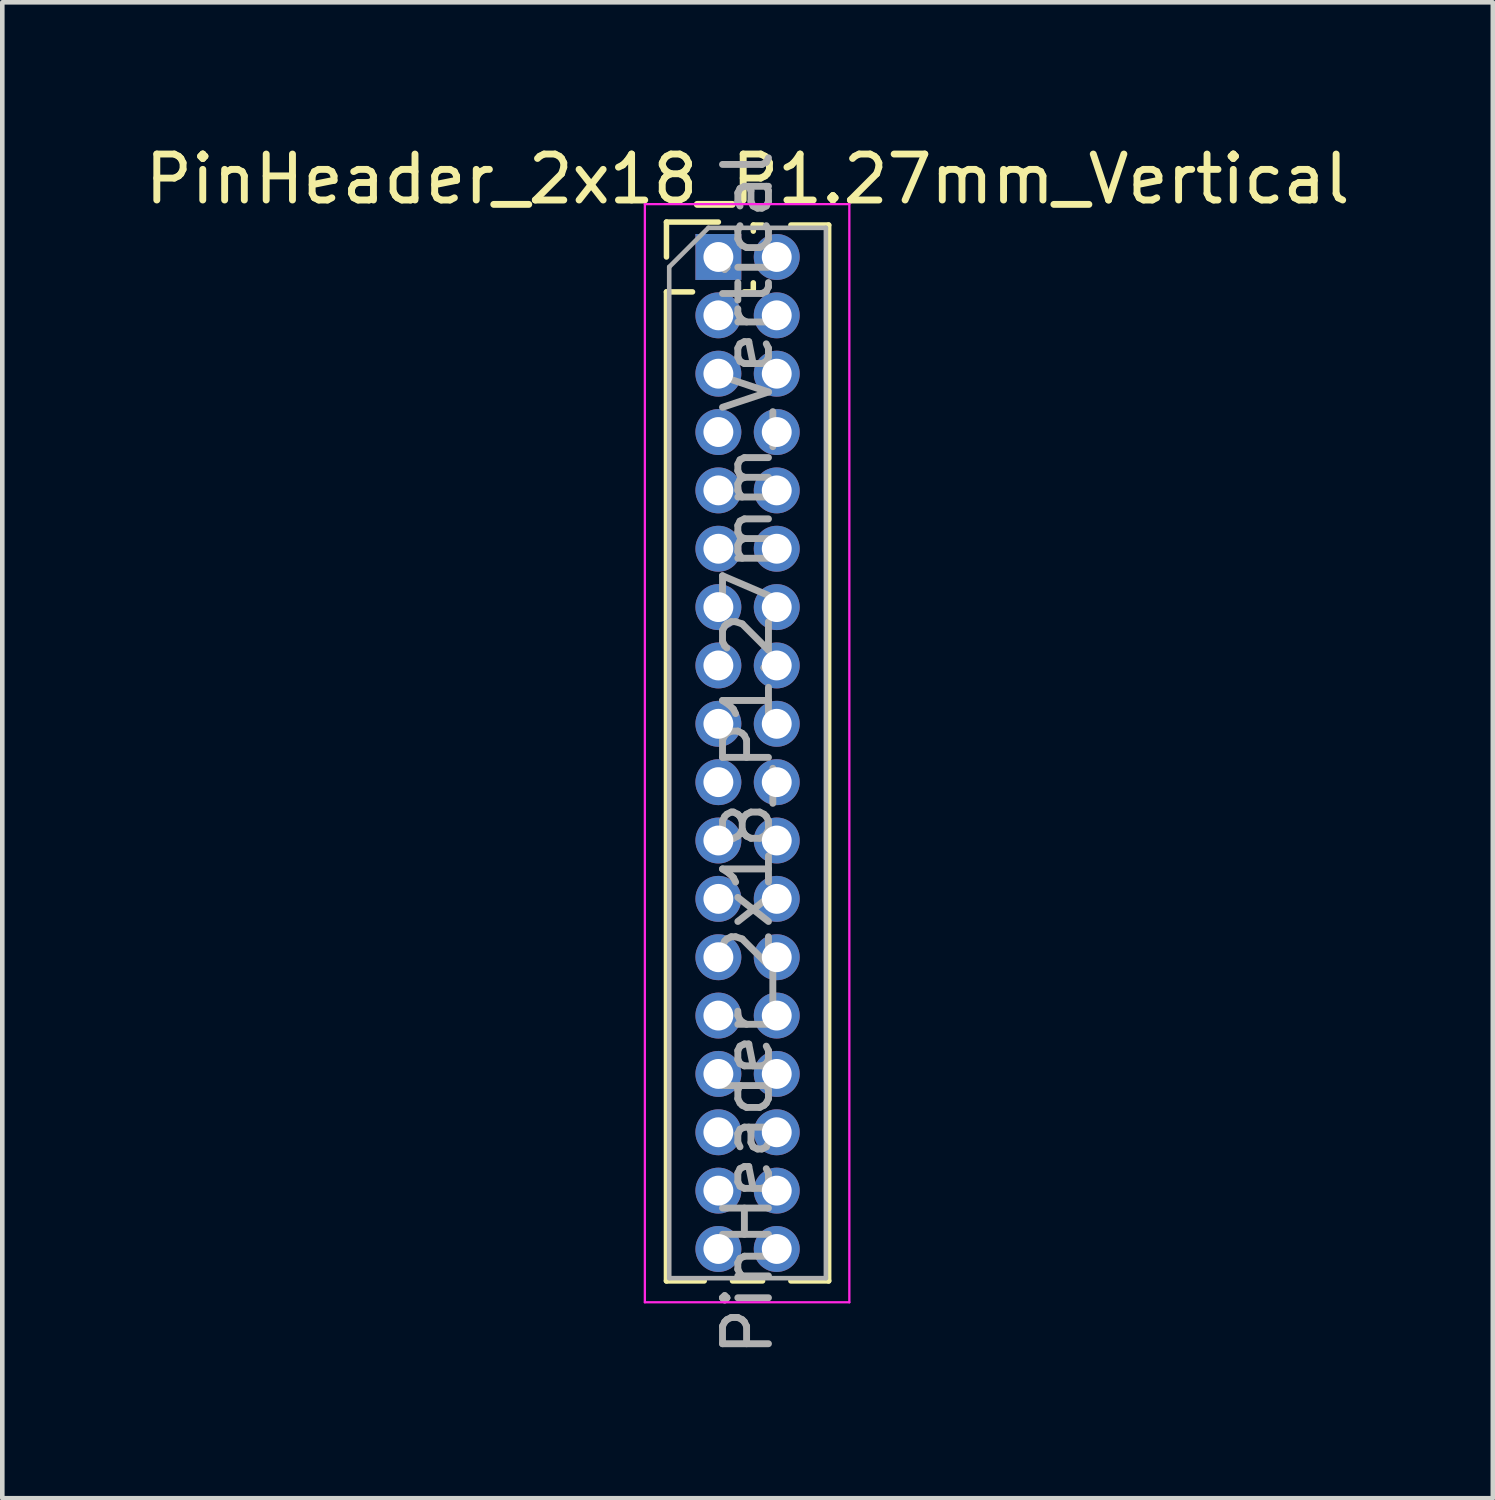
<source format=kicad_pcb>
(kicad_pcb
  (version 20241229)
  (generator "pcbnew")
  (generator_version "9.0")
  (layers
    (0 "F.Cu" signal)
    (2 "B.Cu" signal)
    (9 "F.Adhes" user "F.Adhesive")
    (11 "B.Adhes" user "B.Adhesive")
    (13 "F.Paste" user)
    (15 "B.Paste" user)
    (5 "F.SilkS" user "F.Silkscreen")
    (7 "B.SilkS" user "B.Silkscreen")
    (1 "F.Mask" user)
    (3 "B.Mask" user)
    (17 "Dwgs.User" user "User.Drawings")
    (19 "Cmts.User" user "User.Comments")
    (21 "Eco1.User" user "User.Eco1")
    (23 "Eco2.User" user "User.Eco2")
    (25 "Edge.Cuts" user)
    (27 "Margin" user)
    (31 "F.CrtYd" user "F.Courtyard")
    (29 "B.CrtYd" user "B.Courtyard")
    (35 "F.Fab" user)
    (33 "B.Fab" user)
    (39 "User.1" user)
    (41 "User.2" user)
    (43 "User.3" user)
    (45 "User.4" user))
  (footprint "PinHeader_2x18_P1.27mm_Vertical"
    (layer "F.Cu")
    (at 12.585 2.543)
    (property "Reference" "PinHeader_2x18_P1.27mm_Vertical" (at 0.635 -1.695 0) (layer "F.SilkS") (effects (font (size 1 1) (thickness 0.15))))
    (attr through_hole)
    (fp_line (start -1.13 -0.76) (end 0 -0.76) (stroke (width 0.12) (type solid)) (layer "F.SilkS"))
    (fp_line (start -1.13 0) (end -1.13 -0.76) (stroke (width 0.12) (type solid)) (layer "F.SilkS"))
    (fp_line (start -1.13 0.76) (end -1.13 22.285) (stroke (width 0.12) (type solid)) (layer "F.SilkS"))
    (fp_line (start -1.13 0.76) (end -0.563 0.76) (stroke (width 0.12) (type solid)) (layer "F.SilkS"))
    (fp_line (start -1.13 22.285) (end -0.308 22.285) (stroke (width 0.12) (type solid)) (layer "F.SilkS"))
    (fp_line (start 0.308 22.285) (end 0.962 22.285) (stroke (width 0.12) (type solid)) (layer "F.SilkS"))
    (fp_line (start 0.563 0.76) (end 0.707 0.76) (stroke (width 0.12) (type solid)) (layer "F.SilkS"))
    (fp_line (start 0.76 -0.695) (end 0.962 -0.695) (stroke (width 0.12) (type solid)) (layer "F.SilkS"))
    (fp_line (start 0.76 -0.563) (end 0.76 -0.695) (stroke (width 0.12) (type solid)) (layer "F.SilkS"))
    (fp_line (start 0.76 0.707) (end 0.76 0.563) (stroke (width 0.12) (type solid)) (layer "F.SilkS"))
    (fp_line (start 1.578 -0.695) (end 2.4 -0.695) (stroke (width 0.12) (type solid)) (layer "F.SilkS"))
    (fp_line (start 1.578 22.285) (end 2.4 22.285) (stroke (width 0.12) (type solid)) (layer "F.SilkS"))
    (fp_line (start 2.4 -0.695) (end 2.4 22.285) (stroke (width 0.12) (type solid)) (layer "F.SilkS"))
    (fp_line (start -1.6 -1.15) (end -1.6 22.75) (stroke (width 0.05) (type solid)) (layer "F.CrtYd"))
    (fp_line (start -1.6 22.75) (end 2.85 22.75) (stroke (width 0.05) (type solid)) (layer "F.CrtYd"))
    (fp_line (start 2.85 -1.15) (end -1.6 -1.15) (stroke (width 0.05) (type solid)) (layer "F.CrtYd"))
    (fp_line (start 2.85 22.75) (end 2.85 -1.15) (stroke (width 0.05) (type solid)) (layer "F.CrtYd"))
    (fp_line (start -1.07 0.217) (end -0.217 -0.635) (stroke (width 0.1) (type solid)) (layer "F.Fab"))
    (fp_line (start -1.07 22.225) (end -1.07 0.217) (stroke (width 0.1) (type solid)) (layer "F.Fab"))
    (fp_line (start -0.217 -0.635) (end 2.34 -0.635) (stroke (width 0.1) (type solid)) (layer "F.Fab"))
    (fp_line (start 2.34 -0.635) (end 2.34 22.225) (stroke (width 0.1) (type solid)) (layer "F.Fab"))
    (fp_line (start 2.34 22.225) (end -1.07 22.225) (stroke (width 0.1) (type solid)) (layer "F.Fab"))
    (fp_text user "${REFERENCE}" (at 0.635 10.795 90) (layer "F.Fab") (effects (font (size 1 1) (thickness 0.15))))
    (pad "1" thru_hole rect (at 0 0) (size 1 1) (drill 0.65) (layers "*.Cu" "*.Mask"))
    (pad "2" thru_hole oval (at 1.27 0) (size 1 1) (drill 0.65) (layers "*.Cu" "*.Mask"))
    (pad "3" thru_hole oval (at 0 1.27) (size 1 1) (drill 0.65) (layers "*.Cu" "*.Mask"))
    (pad "4" thru_hole oval (at 1.27 1.27) (size 1 1) (drill 0.65) (layers "*.Cu" "*.Mask"))
    (pad "5" thru_hole oval (at 0 2.54) (size 1 1) (drill 0.65) (layers "*.Cu" "*.Mask"))
    (pad "6" thru_hole oval (at 1.27 2.54) (size 1 1) (drill 0.65) (layers "*.Cu" "*.Mask"))
    (pad "7" thru_hole oval (at 0 3.81) (size 1 1) (drill 0.65) (layers "*.Cu" "*.Mask"))
    (pad "8" thru_hole oval (at 1.27 3.81) (size 1 1) (drill 0.65) (layers "*.Cu" "*.Mask"))
    (pad "9" thru_hole oval (at 0 5.08) (size 1 1) (drill 0.65) (layers "*.Cu" "*.Mask"))
    (pad "10" thru_hole oval (at 1.27 5.08) (size 1 1) (drill 0.65) (layers "*.Cu" "*.Mask"))
    (pad "11" thru_hole oval (at 0 6.35) (size 1 1) (drill 0.65) (layers "*.Cu" "*.Mask"))
    (pad "12" thru_hole oval (at 1.27 6.35) (size 1 1) (drill 0.65) (layers "*.Cu" "*.Mask"))
    (pad "13" thru_hole oval (at 0 7.62) (size 1 1) (drill 0.65) (layers "*.Cu" "*.Mask"))
    (pad "14" thru_hole oval (at 1.27 7.62) (size 1 1) (drill 0.65) (layers "*.Cu" "*.Mask"))
    (pad "15" thru_hole oval (at 0 8.89) (size 1 1) (drill 0.65) (layers "*.Cu" "*.Mask"))
    (pad "16" thru_hole oval (at 1.27 8.89) (size 1 1) (drill 0.65) (layers "*.Cu" "*.Mask"))
    (pad "17" thru_hole oval (at 0 10.16) (size 1 1) (drill 0.65) (layers "*.Cu" "*.Mask"))
    (pad "18" thru_hole oval (at 1.27 10.16) (size 1 1) (drill 0.65) (layers "*.Cu" "*.Mask"))
    (pad "19" thru_hole oval (at 0 11.43) (size 1 1) (drill 0.65) (layers "*.Cu" "*.Mask"))
    (pad "20" thru_hole oval (at 1.27 11.43) (size 1 1) (drill 0.65) (layers "*.Cu" "*.Mask"))
    (pad "21" thru_hole oval (at 0 12.7) (size 1 1) (drill 0.65) (layers "*.Cu" "*.Mask"))
    (pad "22" thru_hole oval (at 1.27 12.7) (size 1 1) (drill 0.65) (layers "*.Cu" "*.Mask"))
    (pad "23" thru_hole oval (at 0 13.97) (size 1 1) (drill 0.65) (layers "*.Cu" "*.Mask"))
    (pad "24" thru_hole oval (at 1.27 13.97) (size 1 1) (drill 0.65) (layers "*.Cu" "*.Mask"))
    (pad "25" thru_hole oval (at 0 15.24) (size 1 1) (drill 0.65) (layers "*.Cu" "*.Mask"))
    (pad "26" thru_hole oval (at 1.27 15.24) (size 1 1) (drill 0.65) (layers "*.Cu" "*.Mask"))
    (pad "27" thru_hole oval (at 0 16.51) (size 1 1) (drill 0.65) (layers "*.Cu" "*.Mask"))
    (pad "28" thru_hole oval (at 1.27 16.51) (size 1 1) (drill 0.65) (layers "*.Cu" "*.Mask"))
    (pad "29" thru_hole oval (at 0 17.78) (size 1 1) (drill 0.65) (layers "*.Cu" "*.Mask"))
    (pad "30" thru_hole oval (at 1.27 17.78) (size 1 1) (drill 0.65) (layers "*.Cu" "*.Mask"))
    (pad "31" thru_hole oval (at 0 19.05) (size 1 1) (drill 0.65) (layers "*.Cu" "*.Mask"))
    (pad "32" thru_hole oval (at 1.27 19.05) (size 1 1) (drill 0.65) (layers "*.Cu" "*.Mask"))
    (pad "33" thru_hole oval (at 0 20.32) (size 1 1) (drill 0.65) (layers "*.Cu" "*.Mask"))
    (pad "34" thru_hole oval (at 1.27 20.32) (size 1 1) (drill 0.65) (layers "*.Cu" "*.Mask"))
    (pad "35" thru_hole oval (at 0 21.59) (size 1 1) (drill 0.65) (layers "*.Cu" "*.Mask"))
    (pad "36" thru_hole oval (at 1.27 21.59) (size 1 1) (drill 0.65) (layers "*.Cu" "*.Mask")))
  (gr_rect
    (start -3 -3)
    (end 29.44 29.558)
    (stroke (width 0.1) (type default))
    (fill no)
    (layer "Edge.Cuts")))
</source>
